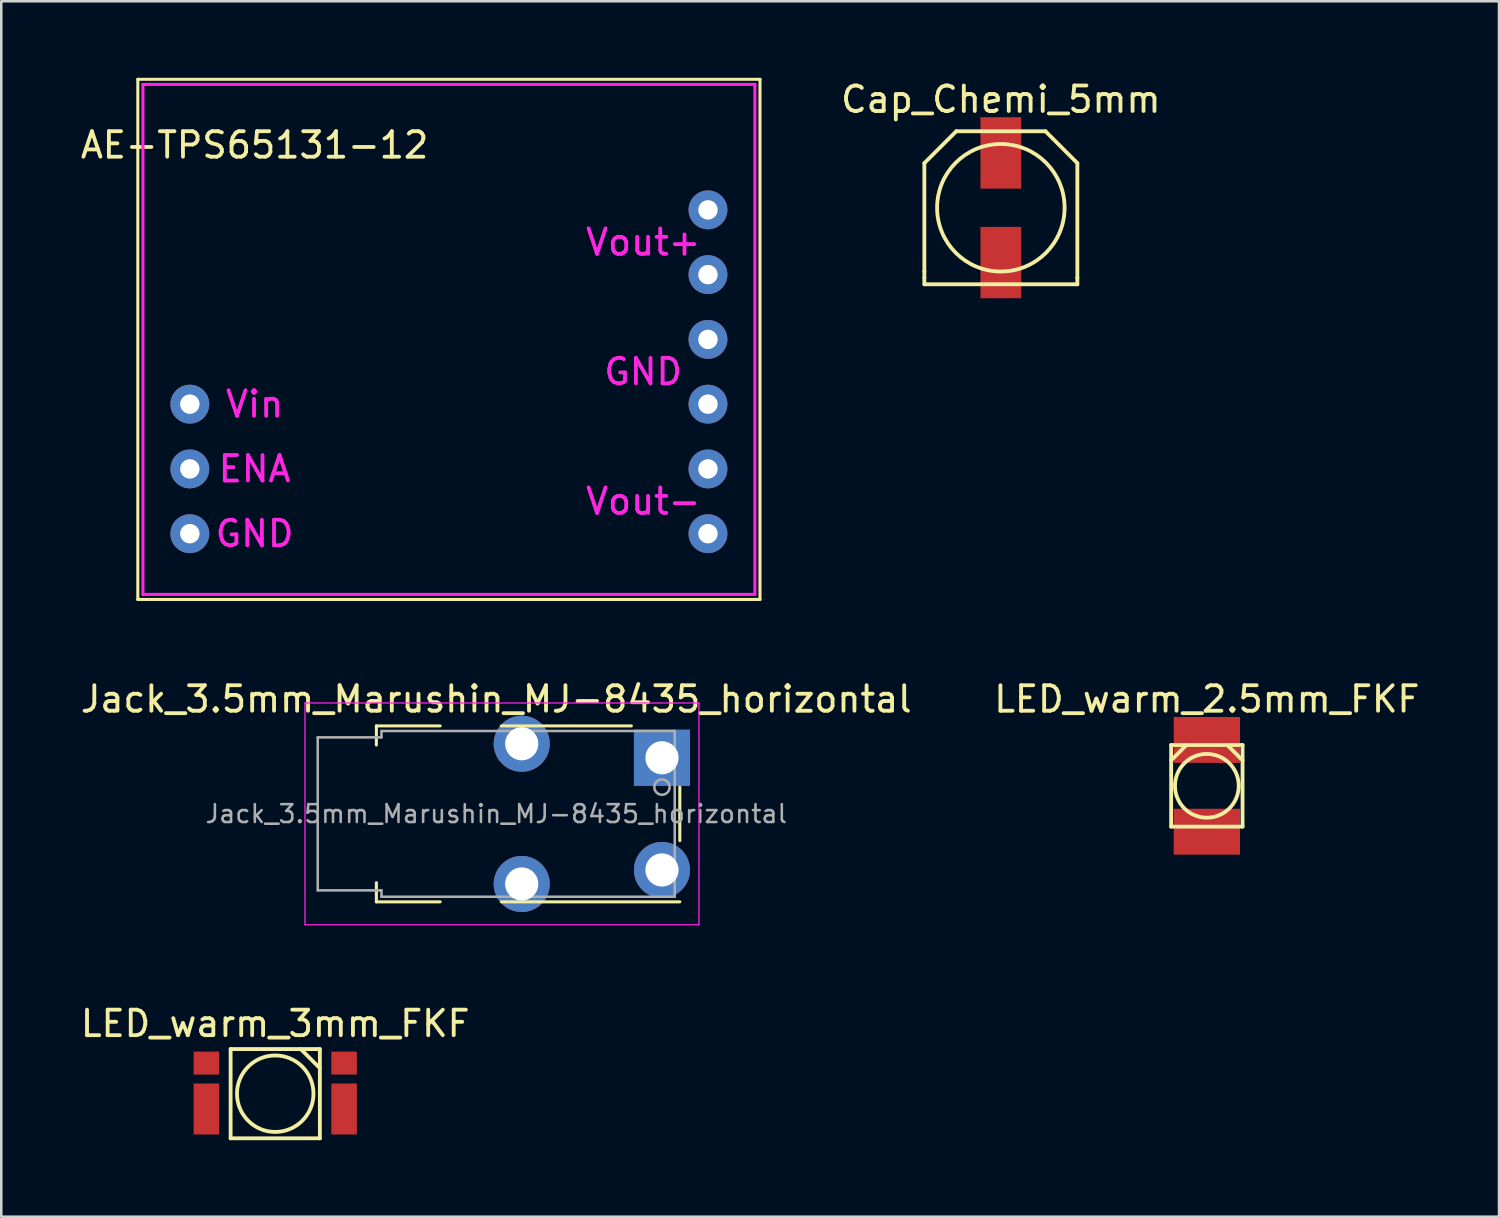
<source format=kicad_pcb>
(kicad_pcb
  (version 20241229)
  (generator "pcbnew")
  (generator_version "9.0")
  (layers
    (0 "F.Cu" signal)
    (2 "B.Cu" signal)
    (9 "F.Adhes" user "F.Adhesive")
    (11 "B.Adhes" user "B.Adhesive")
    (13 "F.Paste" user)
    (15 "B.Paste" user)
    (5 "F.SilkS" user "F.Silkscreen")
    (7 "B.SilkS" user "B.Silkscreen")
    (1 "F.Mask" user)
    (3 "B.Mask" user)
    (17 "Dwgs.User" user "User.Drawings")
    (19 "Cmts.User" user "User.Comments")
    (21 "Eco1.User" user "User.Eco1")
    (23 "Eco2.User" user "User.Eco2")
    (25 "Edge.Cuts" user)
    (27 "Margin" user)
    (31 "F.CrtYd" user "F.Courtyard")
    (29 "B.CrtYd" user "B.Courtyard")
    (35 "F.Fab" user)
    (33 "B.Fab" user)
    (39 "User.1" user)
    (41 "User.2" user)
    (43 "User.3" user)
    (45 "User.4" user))
  (footprint "Jack_3.5mm_Marushin_MJ-8435_horizontal"
    (layer "F.Cu")
    (at 16.411 28.868)
    (property "Reference" "Jack_3.5mm_Marushin_MJ-8435_horizontal" (at 0 -4.5 0) (layer "F.SilkS") (effects (font (size 1 1) (thickness 0.15))))
    (attr through_hole)
    (fp_line (start -4.7 -3.45) (end -2.2 -3.45) (stroke (width 0.12) (type solid)) (layer "F.SilkS"))
    (fp_line (start -4.7 -2.7) (end -4.7 -3.45) (stroke (width 0.12) (type solid)) (layer "F.SilkS"))
    (fp_line (start -4.7 3.45) (end -4.7 2.7) (stroke (width 0.12) (type solid)) (layer "F.SilkS"))
    (fp_line (start -2.2 3.45) (end -4.7 3.45) (stroke (width 0.12) (type solid)) (layer "F.SilkS"))
    (fp_line (start 0.2 -3.45) (end 5.3 -3.45) (stroke (width 0.12) (type solid)) (layer "F.SilkS"))
    (fp_line (start 0.2 3.45) (end 7.2 3.45) (stroke (width 0.12) (type solid)) (layer "F.SilkS"))
    (fp_line (start 7.2 -1.05) (end 7.2 1.05) (stroke (width 0.12) (type solid)) (layer "F.SilkS"))
    (fp_line (start -7.5 -4.35) (end -7.5 4.35) (stroke (width 0.05) (type solid)) (layer "F.CrtYd"))
    (fp_line (start -7.5 4.35) (end 7.95 4.35) (stroke (width 0.05) (type solid)) (layer "F.CrtYd"))
    (fp_line (start 7.95 -4.35) (end -7.5 -4.35) (stroke (width 0.05) (type solid)) (layer "F.CrtYd"))
    (fp_line (start 7.95 4.35) (end 7.95 -4.35) (stroke (width 0.05) (type solid)) (layer "F.CrtYd"))
    (fp_line (start -7 -3) (end -4.5 -3) (stroke (width 0.1) (type solid)) (layer "F.Fab"))
    (fp_line (start -7 3) (end -7 -3) (stroke (width 0.1) (type solid)) (layer "F.Fab"))
    (fp_line (start -4.5 -3.25) (end 7 -3.25) (stroke (width 0.1) (type solid)) (layer "F.Fab"))
    (fp_line (start -4.5 -3) (end -4.5 -3.25) (stroke (width 0.1) (type solid)) (layer "F.Fab"))
    (fp_line (start -4.5 3) (end -7 3) (stroke (width 0.1) (type solid)) (layer "F.Fab"))
    (fp_line (start -4.5 3.25) (end -4.5 3) (stroke (width 0.1) (type solid)) (layer "F.Fab"))
    (fp_line (start 7 -3.25) (end 7 3.25) (stroke (width 0.1) (type solid)) (layer "F.Fab"))
    (fp_line (start 7 3.25) (end -4.5 3.25) (stroke (width 0.1) (type solid)) (layer "F.Fab"))
    (fp_circle (center 6.5 -1.05) (end 6.8 -1.05) (stroke (width 0.1) (type solid)) (fill no) (layer "F.Fab"))
    (fp_text user "${REFERENCE}" (at 0 0 0) (layer "F.Fab") (effects (font (size 0.7 0.7) (thickness 0.1))))
    (pad "R" thru_hole rect (at 6.5 -2.2) (size 2.2 2.2) (drill 1.3) (layers "*.Cu" "*.Mask"))
    (pad "S" thru_hole circle (at 6.5 2.2) (size 2.2 2.2) (drill 1.3) (layers "*.Cu" "*.Mask"))
    (pad "T" thru_hole circle (at 1 -2.75) (size 2.2 2.2) (drill 1.3) (layers "*.Cu" "*.Mask"))
    (pad "T" thru_hole circle (at 1 2.75) (size 2.2 2.2) (drill 1.3) (layers "*.Cu" "*.Mask")))
  (footprint "AE-TPS65131-12"
    (layer "F.Cu")
    (at 14.555 10.26)
    (property "Reference" "AE-TPS65131-12" (at -7.62 -7.62 0) (layer "F.SilkS") (effects (font (size 1 1) (thickness 0.15))))
    (attr through_hole)
    (fp_line (start -12.2 -10.2) (end 12.2 -10.2) (stroke (width 0.12) (type solid)) (layer "F.SilkS"))
    (fp_line (start -12.2 10.2) (end -12.2 -10.2) (stroke (width 0.12) (type solid)) (layer "F.SilkS"))
    (fp_line (start 12.2 -10.2) (end 12.2 10.2) (stroke (width 0.12) (type solid)) (layer "F.SilkS"))
    (fp_line (start 12.2 10.2) (end -12.2 10.2) (stroke (width 0.12) (type solid)) (layer "F.SilkS"))
    (fp_line (start -12 -10) (end 12 -10) (stroke (width 0.12) (type solid)) (layer "F.CrtYd"))
    (fp_line (start -12 10) (end -12 -10) (stroke (width 0.12) (type solid)) (layer "F.CrtYd"))
    (fp_line (start 12 -10) (end 12 10) (stroke (width 0.12) (type solid)) (layer "F.CrtYd"))
    (fp_line (start 12 10) (end -12 10) (stroke (width 0.12) (type solid)) (layer "F.CrtYd"))
    (fp_text user "ENA" (at -7.62 5.08 0) (layer "F.CrtYd") (effects (font (size 1 1) (thickness 0.15))))
    (fp_text user "Vout+" (at 7.62 -3.81 0) (layer "F.CrtYd") (effects (font (size 1 1) (thickness 0.15))))
    (fp_text user "GND" (at -7.62 7.62 0) (layer "F.CrtYd") (effects (font (size 1 1) (thickness 0.15))))
    (fp_text user "Vin" (at -7.62 2.54 0) (layer "F.CrtYd") (effects (font (size 1 1) (thickness 0.15))))
    (fp_text user "GND" (at 7.62 1.27 0) (layer "F.CrtYd") (effects (font (size 1 1) (thickness 0.15))))
    (fp_text user "Vout-" (at 7.62 6.35 0) (layer "F.CrtYd") (effects (font (size 1 1) (thickness 0.15))))
    (pad "1" thru_hole circle (at -10.16 2.54) (size 1.524 1.524) (drill 0.762) (layers "*.Cu" "*.Mask"))
    (pad "2" thru_hole circle (at -10.16 5.08) (size 1.524 1.524) (drill 0.762) (layers "*.Cu" "*.Mask"))
    (pad "3" thru_hole circle (at -10.16 7.62) (size 1.524 1.524) (drill 0.762) (layers "*.Cu" "*.Mask"))
    (pad "4" thru_hole circle (at 10.16 -5.08) (size 1.524 1.524) (drill 0.762) (layers "*.Cu" "*.Mask"))
    (pad "4" thru_hole circle (at 10.16 -2.54) (size 1.524 1.524) (drill 0.762) (layers "*.Cu" "*.Mask"))
    (pad "5" thru_hole circle (at 10.16 0) (size 1.524 1.524) (drill 0.762) (layers "*.Cu" "*.Mask"))
    (pad "5" thru_hole circle (at 10.16 2.54) (size 1.524 1.524) (drill 0.762) (layers "*.Cu" "*.Mask"))
    (pad "6" thru_hole circle (at 10.16 5.08) (size 1.524 1.524) (drill 0.762) (layers "*.Cu" "*.Mask"))
    (pad "6" thru_hole circle (at 10.16 7.62) (size 1.524 1.524) (drill 0.762) (layers "*.Cu" "*.Mask")))
  (footprint "LED_warm_2.5mm_FKF"
    (layer "F.Cu")
    (at 44.28 27.768)
    (property "Reference" "LED_warm_2.5mm_FKF" (at 0 -3.4 0) (layer "F.SilkS") (effects (font (size 1 1) (thickness 0.15))))
    (attr through_hole)
    (fp_line (start -1.4 -1.6) (end -1.4 1.6) (stroke (width 0.15) (type solid)) (layer "F.SilkS"))
    (fp_line (start -1.4 -1) (end -0.8 -1.6) (stroke (width 0.15) (type solid)) (layer "F.SilkS"))
    (fp_line (start -1.4 1.6) (end 1.4 1.6) (stroke (width 0.15) (type solid)) (layer "F.SilkS"))
    (fp_line (start 1.4 -1.6) (end -1.4 -1.6) (stroke (width 0.15) (type solid)) (layer "F.SilkS"))
    (fp_line (start 1.4 -1) (end 0.8 -1.6) (stroke (width 0.15) (type solid)) (layer "F.SilkS"))
    (fp_line (start 1.4 1.6) (end 1.4 -1.6) (stroke (width 0.15) (type solid)) (layer "F.SilkS"))
    (fp_circle (center 0 0) (end 1.25 0) (stroke (width 0.15) (type solid)) (fill no) (layer "F.SilkS"))
    (pad "1" smd rect (at 0 -1.8) (size 2.6 1.8) (layers "F.Cu" "F.Mask" "F.Paste"))
    (pad "2" smd rect (at 0 1.8) (size 2.6 1.8) (layers "F.Cu" "F.Mask" "F.Paste")))
  (footprint "Cap_Chemi_5mm"
    (layer "F.Cu")
    (at 36.201 5.098)
    (property "Reference" "Cap_Chemi_5mm" (at 0 -4.25 0) (layer "F.SilkS") (effects (font (size 1 1) (thickness 0.15))))
    (attr through_hole)
    (fp_line (start -3 -1.75) (end -3 2.5) (stroke (width 0.15) (type solid)) (layer "F.SilkS"))
    (fp_line (start -3 2.5) (end -3 2.75) (stroke (width 0.15) (type solid)) (layer "F.SilkS"))
    (fp_line (start -3 2.75) (end -3 3) (stroke (width 0.15) (type solid)) (layer "F.SilkS"))
    (fp_line (start -3 3) (end 3 3) (stroke (width 0.15) (type solid)) (layer "F.SilkS"))
    (fp_line (start -1.75 -3) (end -3 -1.75) (stroke (width 0.15) (type solid)) (layer "F.SilkS"))
    (fp_line (start -1.75 -3) (end 1.75 -3) (stroke (width 0.15) (type solid)) (layer "F.SilkS"))
    (fp_line (start 1.75 -3) (end 3 -1.75) (stroke (width 0.15) (type solid)) (layer "F.SilkS"))
    (fp_line (start 3 2.75) (end 3 -1.75) (stroke (width 0.15) (type solid)) (layer "F.SilkS"))
    (fp_line (start 3 3) (end 3 2.75) (stroke (width 0.15) (type solid)) (layer "F.SilkS"))
    (fp_circle (center 0 0) (end 0 2.5) (stroke (width 0.15) (type solid)) (fill no) (layer "F.SilkS"))
    (pad "1" smd rect (at 0 -2.15) (size 1.6 2.8) (layers "F.Cu" "F.Mask" "F.Paste"))
    (pad "2" smd rect (at 0 2.15) (size 1.6 2.8) (layers "F.Cu" "F.Mask" "F.Paste")))
  (footprint "LED_warm_3mm_FKF"
    (layer "F.Cu")
    (at 7.744 39.842)
    (property "Reference" "LED_warm_3mm_FKF" (at 0 -2.75 0) (layer "F.SilkS") (effects (font (size 1 1) (thickness 0.15))))
    (attr through_hole)
    (fp_line (start -1.75 -1.75) (end 1.75 -1.75) (stroke (width 0.15) (type solid)) (layer "F.SilkS"))
    (fp_line (start -1.75 1.75) (end -1.75 -1.75) (stroke (width 0.15) (type solid)) (layer "F.SilkS"))
    (fp_line (start 1 -1.75) (end 1.75 -1) (stroke (width 0.15) (type solid)) (layer "F.SilkS"))
    (fp_line (start 1.75 -1.75) (end 1.75 1.75) (stroke (width 0.15) (type solid)) (layer "F.SilkS"))
    (fp_line (start 1.75 1.75) (end -1.75 1.75) (stroke (width 0.15) (type solid)) (layer "F.SilkS"))
    (fp_circle (center 0 0) (end 1.5 0) (stroke (width 0.15) (type solid)) (fill no) (layer "F.SilkS"))
    (pad "1" smd rect (at -2.7 0.6) (size 1 2) (layers "F.Cu" "F.Mask" "F.Paste"))
    (pad "1" smd rect (at 2.7 -1.2) (size 1 0.9) (layers "F.Cu" "F.Mask" "F.Paste"))
    (pad "1" smd rect (at 2.7 0.6) (size 1 2) (layers "F.Cu" "F.Mask" "F.Paste"))
    (pad "2" smd rect (at -2.7 -1.2) (size 1 0.9) (layers "F.Cu" "F.Mask" "F.Paste")))
  (gr_rect
    (start -3 -3)
    (end 55.738 44.666)
    (stroke (width 0.1) (type default))
    (fill no)
    (layer "Edge.Cuts")))
</source>
